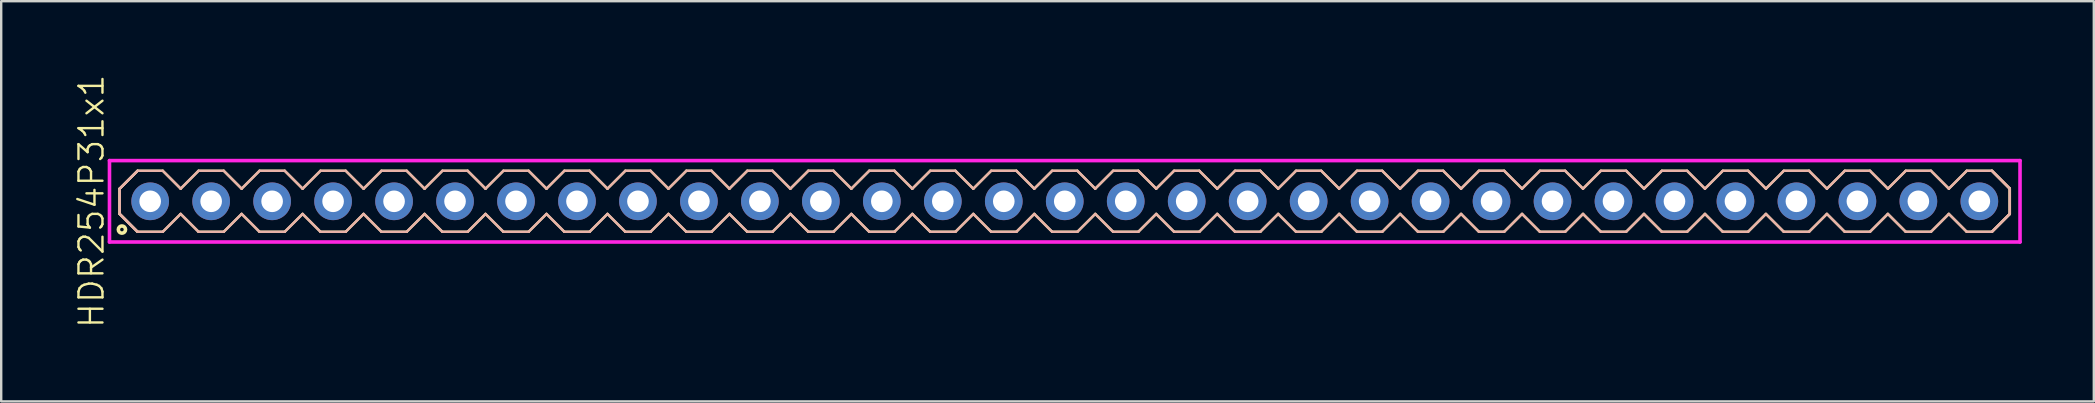
<source format=kicad_pcb>
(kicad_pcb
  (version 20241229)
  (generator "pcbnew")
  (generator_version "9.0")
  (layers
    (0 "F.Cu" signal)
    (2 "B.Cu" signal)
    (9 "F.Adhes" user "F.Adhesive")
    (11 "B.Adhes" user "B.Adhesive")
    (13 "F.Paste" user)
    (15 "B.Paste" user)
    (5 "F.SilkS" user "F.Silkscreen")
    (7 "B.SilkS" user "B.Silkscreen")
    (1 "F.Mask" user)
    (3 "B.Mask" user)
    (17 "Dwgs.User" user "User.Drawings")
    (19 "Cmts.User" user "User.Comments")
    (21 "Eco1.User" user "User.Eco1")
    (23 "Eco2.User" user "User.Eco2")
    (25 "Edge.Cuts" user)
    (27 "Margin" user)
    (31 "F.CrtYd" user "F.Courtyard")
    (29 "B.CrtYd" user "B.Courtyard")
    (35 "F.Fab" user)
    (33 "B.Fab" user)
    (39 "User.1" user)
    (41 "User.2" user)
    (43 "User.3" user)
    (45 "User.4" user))
  (footprint "HDR254P31x1"
    (layer "F.Cu")
    (at 41.306 5.336)
    (property "Reference" "HDR254P31x1" (at -40.545 0 90) (layer "F.SilkS") (effects (font (size 1 1) (thickness 0.1))))
    (attr through_hole)
    (fp_line (start -39.37 -0.526) (end -38.626 -1.27) (stroke (width 0.1) (type solid)) (layer "F.SilkS"))
    (fp_line (start -39.37 -0.526) (end -38.626 -1.27) (stroke (width 0.1) (type solid)) (layer "F.SilkS"))
    (fp_line (start -39.37 0.526) (end -39.37 -0.526) (stroke (width 0.1) (type solid)) (layer "F.SilkS"))
    (fp_line (start -39.37 0.526) (end -39.37 -0.526) (stroke (width 0.1) (type solid)) (layer "F.SilkS"))
    (fp_line (start -38.626 -1.27) (end -37.574 -1.27) (stroke (width 0.1) (type solid)) (layer "F.SilkS"))
    (fp_line (start -38.626 1.27) (end -39.37 0.526) (stroke (width 0.1) (type solid)) (layer "F.SilkS"))
    (fp_line (start -38.626 1.27) (end -39.37 0.526) (stroke (width 0.1) (type solid)) (layer "F.SilkS"))
    (fp_line (start -37.574 -1.27) (end -36.83 -0.526) (stroke (width 0.1) (type solid)) (layer "F.SilkS"))
    (fp_line (start -37.574 1.27) (end -38.626 1.27) (stroke (width 0.1) (type solid)) (layer "F.SilkS"))
    (fp_line (start -36.83 -0.526) (end -36.086 -1.27) (stroke (width 0.1) (type solid)) (layer "F.SilkS"))
    (fp_line (start -36.83 0.526) (end -37.574 1.27) (stroke (width 0.1) (type solid)) (layer "F.SilkS"))
    (fp_line (start -36.086 -1.27) (end -35.034 -1.27) (stroke (width 0.1) (type solid)) (layer "F.SilkS"))
    (fp_line (start -36.086 1.27) (end -36.83 0.526) (stroke (width 0.1) (type solid)) (layer "F.SilkS"))
    (fp_line (start -35.034 -1.27) (end -34.29 -0.526) (stroke (width 0.1) (type solid)) (layer "F.SilkS"))
    (fp_line (start -35.034 1.27) (end -36.086 1.27) (stroke (width 0.1) (type solid)) (layer "F.SilkS"))
    (fp_line (start -34.29 -0.526) (end -33.546 -1.27) (stroke (width 0.1) (type solid)) (layer "F.SilkS"))
    (fp_line (start -34.29 0.526) (end -35.034 1.27) (stroke (width 0.1) (type solid)) (layer "F.SilkS"))
    (fp_line (start -33.546 -1.27) (end -32.494 -1.27) (stroke (width 0.1) (type solid)) (layer "F.SilkS"))
    (fp_line (start -33.546 1.27) (end -34.29 0.526) (stroke (width 0.1) (type solid)) (layer "F.SilkS"))
    (fp_line (start -32.494 -1.27) (end -31.75 -0.526) (stroke (width 0.1) (type solid)) (layer "F.SilkS"))
    (fp_line (start -32.494 1.27) (end -33.546 1.27) (stroke (width 0.1) (type solid)) (layer "F.SilkS"))
    (fp_line (start -31.75 -0.526) (end -31.006 -1.27) (stroke (width 0.1) (type solid)) (layer "F.SilkS"))
    (fp_line (start -31.75 0.526) (end -32.494 1.27) (stroke (width 0.1) (type solid)) (layer "F.SilkS"))
    (fp_line (start -31.006 -1.27) (end -29.954 -1.27) (stroke (width 0.1) (type solid)) (layer "F.SilkS"))
    (fp_line (start -31.006 1.27) (end -31.75 0.526) (stroke (width 0.1) (type solid)) (layer "F.SilkS"))
    (fp_line (start -29.954 -1.27) (end -29.21 -0.526) (stroke (width 0.1) (type solid)) (layer "F.SilkS"))
    (fp_line (start -29.954 1.27) (end -31.006 1.27) (stroke (width 0.1) (type solid)) (layer "F.SilkS"))
    (fp_line (start -29.21 -0.526) (end -28.466 -1.27) (stroke (width 0.1) (type solid)) (layer "F.SilkS"))
    (fp_line (start -29.21 0.526) (end -29.954 1.27) (stroke (width 0.1) (type solid)) (layer "F.SilkS"))
    (fp_line (start -28.466 -1.27) (end -27.414 -1.27) (stroke (width 0.1) (type solid)) (layer "F.SilkS"))
    (fp_line (start -28.466 1.27) (end -29.21 0.526) (stroke (width 0.1) (type solid)) (layer "F.SilkS"))
    (fp_line (start -27.414 -1.27) (end -26.67 -0.526) (stroke (width 0.1) (type solid)) (layer "F.SilkS"))
    (fp_line (start -27.414 1.27) (end -28.466 1.27) (stroke (width 0.1) (type solid)) (layer "F.SilkS"))
    (fp_line (start -26.67 -0.526) (end -25.926 -1.27) (stroke (width 0.1) (type solid)) (layer "F.SilkS"))
    (fp_line (start -26.67 0.526) (end -27.414 1.27) (stroke (width 0.1) (type solid)) (layer "F.SilkS"))
    (fp_line (start -25.926 -1.27) (end -24.874 -1.27) (stroke (width 0.1) (type solid)) (layer "F.SilkS"))
    (fp_line (start -25.926 1.27) (end -26.67 0.526) (stroke (width 0.1) (type solid)) (layer "F.SilkS"))
    (fp_line (start -24.874 -1.27) (end -24.13 -0.526) (stroke (width 0.1) (type solid)) (layer "F.SilkS"))
    (fp_line (start -24.874 1.27) (end -25.926 1.27) (stroke (width 0.1) (type solid)) (layer "F.SilkS"))
    (fp_line (start -24.13 -0.526) (end -23.386 -1.27) (stroke (width 0.1) (type solid)) (layer "F.SilkS"))
    (fp_line (start -24.13 0.526) (end -24.874 1.27) (stroke (width 0.1) (type solid)) (layer "F.SilkS"))
    (fp_line (start -23.386 -1.27) (end -22.334 -1.27) (stroke (width 0.1) (type solid)) (layer "F.SilkS"))
    (fp_line (start -23.386 1.27) (end -24.13 0.526) (stroke (width 0.1) (type solid)) (layer "F.SilkS"))
    (fp_line (start -22.334 -1.27) (end -21.59 -0.526) (stroke (width 0.1) (type solid)) (layer "F.SilkS"))
    (fp_line (start -22.334 1.27) (end -23.386 1.27) (stroke (width 0.1) (type solid)) (layer "F.SilkS"))
    (fp_line (start -21.59 -0.526) (end -20.846 -1.27) (stroke (width 0.1) (type solid)) (layer "F.SilkS"))
    (fp_line (start -21.59 0.526) (end -22.334 1.27) (stroke (width 0.1) (type solid)) (layer "F.SilkS"))
    (fp_line (start -20.846 -1.27) (end -19.794 -1.27) (stroke (width 0.1) (type solid)) (layer "F.SilkS"))
    (fp_line (start -20.846 1.27) (end -21.59 0.526) (stroke (width 0.1) (type solid)) (layer "F.SilkS"))
    (fp_line (start -19.794 -1.27) (end -19.05 -0.526) (stroke (width 0.1) (type solid)) (layer "F.SilkS"))
    (fp_line (start -19.794 1.27) (end -20.846 1.27) (stroke (width 0.1) (type solid)) (layer "F.SilkS"))
    (fp_line (start -19.05 -0.526) (end -18.306 -1.27) (stroke (width 0.1) (type solid)) (layer "F.SilkS"))
    (fp_line (start -19.05 0.526) (end -19.794 1.27) (stroke (width 0.1) (type solid)) (layer "F.SilkS"))
    (fp_line (start -18.306 -1.27) (end -17.254 -1.27) (stroke (width 0.1) (type solid)) (layer "F.SilkS"))
    (fp_line (start -18.306 1.27) (end -19.05 0.526) (stroke (width 0.1) (type solid)) (layer "F.SilkS"))
    (fp_line (start -17.254 -1.27) (end -16.51 -0.526) (stroke (width 0.1) (type solid)) (layer "F.SilkS"))
    (fp_line (start -17.254 1.27) (end -18.306 1.27) (stroke (width 0.1) (type solid)) (layer "F.SilkS"))
    (fp_line (start -16.51 -0.526) (end -15.766 -1.27) (stroke (width 0.1) (type solid)) (layer "F.SilkS"))
    (fp_line (start -16.51 0.526) (end -17.254 1.27) (stroke (width 0.1) (type solid)) (layer "F.SilkS"))
    (fp_line (start -15.766 -1.27) (end -14.714 -1.27) (stroke (width 0.1) (type solid)) (layer "F.SilkS"))
    (fp_line (start -15.766 1.27) (end -16.51 0.526) (stroke (width 0.1) (type solid)) (layer "F.SilkS"))
    (fp_line (start -14.714 -1.27) (end -13.97 -0.526) (stroke (width 0.1) (type solid)) (layer "F.SilkS"))
    (fp_line (start -14.714 1.27) (end -15.766 1.27) (stroke (width 0.1) (type solid)) (layer "F.SilkS"))
    (fp_line (start -13.97 -0.526) (end -13.226 -1.27) (stroke (width 0.1) (type solid)) (layer "F.SilkS"))
    (fp_line (start -13.97 0.526) (end -14.714 1.27) (stroke (width 0.1) (type solid)) (layer "F.SilkS"))
    (fp_line (start -13.226 -1.27) (end -12.174 -1.27) (stroke (width 0.1) (type solid)) (layer "F.SilkS"))
    (fp_line (start -13.226 1.27) (end -13.97 0.526) (stroke (width 0.1) (type solid)) (layer "F.SilkS"))
    (fp_line (start -12.174 -1.27) (end -11.43 -0.526) (stroke (width 0.1) (type solid)) (layer "F.SilkS"))
    (fp_line (start -12.174 1.27) (end -13.226 1.27) (stroke (width 0.1) (type solid)) (layer "F.SilkS"))
    (fp_line (start -11.43 -0.526) (end -10.686 -1.27) (stroke (width 0.1) (type solid)) (layer "F.SilkS"))
    (fp_line (start -11.43 0.526) (end -12.174 1.27) (stroke (width 0.1) (type solid)) (layer "F.SilkS"))
    (fp_line (start -10.686 -1.27) (end -9.634 -1.27) (stroke (width 0.1) (type solid)) (layer "F.SilkS"))
    (fp_line (start -10.686 1.27) (end -11.43 0.526) (stroke (width 0.1) (type solid)) (layer "F.SilkS"))
    (fp_line (start -9.634 -1.27) (end -8.89 -0.526) (stroke (width 0.1) (type solid)) (layer "F.SilkS"))
    (fp_line (start -9.634 1.27) (end -10.686 1.27) (stroke (width 0.1) (type solid)) (layer "F.SilkS"))
    (fp_line (start -8.89 -0.526) (end -8.146 -1.27) (stroke (width 0.1) (type solid)) (layer "F.SilkS"))
    (fp_line (start -8.89 0.526) (end -9.634 1.27) (stroke (width 0.1) (type solid)) (layer "F.SilkS"))
    (fp_line (start -8.146 -1.27) (end -7.094 -1.27) (stroke (width 0.1) (type solid)) (layer "F.SilkS"))
    (fp_line (start -8.146 1.27) (end -8.89 0.526) (stroke (width 0.1) (type solid)) (layer "F.SilkS"))
    (fp_line (start -7.094 -1.27) (end -6.35 -0.526) (stroke (width 0.1) (type solid)) (layer "F.SilkS"))
    (fp_line (start -7.094 1.27) (end -8.146 1.27) (stroke (width 0.1) (type solid)) (layer "F.SilkS"))
    (fp_line (start -6.35 -0.526) (end -5.606 -1.27) (stroke (width 0.1) (type solid)) (layer "F.SilkS"))
    (fp_line (start -6.35 0.526) (end -7.094 1.27) (stroke (width 0.1) (type solid)) (layer "F.SilkS"))
    (fp_line (start -5.606 -1.27) (end -4.554 -1.27) (stroke (width 0.1) (type solid)) (layer "F.SilkS"))
    (fp_line (start -5.606 1.27) (end -6.35 0.526) (stroke (width 0.1) (type solid)) (layer "F.SilkS"))
    (fp_line (start -4.554 -1.27) (end -3.81 -0.526) (stroke (width 0.1) (type solid)) (layer "F.SilkS"))
    (fp_line (start -4.554 1.27) (end -5.606 1.27) (stroke (width 0.1) (type solid)) (layer "F.SilkS"))
    (fp_line (start -3.81 -0.526) (end -3.066 -1.27) (stroke (width 0.1) (type solid)) (layer "F.SilkS"))
    (fp_line (start -3.81 0.526) (end -4.554 1.27) (stroke (width 0.1) (type solid)) (layer "F.SilkS"))
    (fp_line (start -3.066 -1.27) (end -2.014 -1.27) (stroke (width 0.1) (type solid)) (layer "F.SilkS"))
    (fp_line (start -3.066 1.27) (end -3.81 0.526) (stroke (width 0.1) (type solid)) (layer "F.SilkS"))
    (fp_line (start -2.014 -1.27) (end -1.27 -0.526) (stroke (width 0.1) (type solid)) (layer "F.SilkS"))
    (fp_line (start -2.014 1.27) (end -3.066 1.27) (stroke (width 0.1) (type solid)) (layer "F.SilkS"))
    (fp_line (start -1.27 -0.526) (end -0.526 -1.27) (stroke (width 0.1) (type solid)) (layer "F.SilkS"))
    (fp_line (start -1.27 0.526) (end -2.014 1.27) (stroke (width 0.1) (type solid)) (layer "F.SilkS"))
    (fp_line (start -0.526 -1.27) (end 0.526 -1.27) (stroke (width 0.1) (type solid)) (layer "F.SilkS"))
    (fp_line (start -0.526 1.27) (end -1.27 0.526) (stroke (width 0.1) (type solid)) (layer "F.SilkS"))
    (fp_line (start 0.526 -1.27) (end 1.27 -0.526) (stroke (width 0.1) (type solid)) (layer "F.SilkS"))
    (fp_line (start 0.526 1.27) (end -0.526 1.27) (stroke (width 0.1) (type solid)) (layer "F.SilkS"))
    (fp_line (start 1.27 -0.526) (end 2.014 -1.27) (stroke (width 0.1) (type solid)) (layer "F.SilkS"))
    (fp_line (start 1.27 0.526) (end 0.526 1.27) (stroke (width 0.1) (type solid)) (layer "F.SilkS"))
    (fp_line (start 2.014 -1.27) (end 3.066 -1.27) (stroke (width 0.1) (type solid)) (layer "F.SilkS"))
    (fp_line (start 2.014 1.27) (end 1.27 0.526) (stroke (width 0.1) (type solid)) (layer "F.SilkS"))
    (fp_line (start 3.066 -1.27) (end 3.81 -0.526) (stroke (width 0.1) (type solid)) (layer "F.SilkS"))
    (fp_line (start 3.066 1.27) (end 2.014 1.27) (stroke (width 0.1) (type solid)) (layer "F.SilkS"))
    (fp_line (start 3.81 -0.526) (end 4.554 -1.27) (stroke (width 0.1) (type solid)) (layer "F.SilkS"))
    (fp_line (start 3.81 0.526) (end 3.066 1.27) (stroke (width 0.1) (type solid)) (layer "F.SilkS"))
    (fp_line (start 4.554 -1.27) (end 5.606 -1.27) (stroke (width 0.1) (type solid)) (layer "F.SilkS"))
    (fp_line (start 4.554 1.27) (end 3.81 0.526) (stroke (width 0.1) (type solid)) (layer "F.SilkS"))
    (fp_line (start 5.606 -1.27) (end 6.35 -0.526) (stroke (width 0.1) (type solid)) (layer "F.SilkS"))
    (fp_line (start 5.606 1.27) (end 4.554 1.27) (stroke (width 0.1) (type solid)) (layer "F.SilkS"))
    (fp_line (start 6.35 -0.526) (end 7.094 -1.27) (stroke (width 0.1) (type solid)) (layer "F.SilkS"))
    (fp_line (start 6.35 0.526) (end 5.606 1.27) (stroke (width 0.1) (type solid)) (layer "F.SilkS"))
    (fp_line (start 7.094 -1.27) (end 8.146 -1.27) (stroke (width 0.1) (type solid)) (layer "F.SilkS"))
    (fp_line (start 7.094 1.27) (end 6.35 0.526) (stroke (width 0.1) (type solid)) (layer "F.SilkS"))
    (fp_line (start 8.146 -1.27) (end 8.89 -0.526) (stroke (width 0.1) (type solid)) (layer "F.SilkS"))
    (fp_line (start 8.146 1.27) (end 7.094 1.27) (stroke (width 0.1) (type solid)) (layer "F.SilkS"))
    (fp_line (start 8.89 -0.526) (end 9.634 -1.27) (stroke (width 0.1) (type solid)) (layer "F.SilkS"))
    (fp_line (start 8.89 0.526) (end 8.146 1.27) (stroke (width 0.1) (type solid)) (layer "F.SilkS"))
    (fp_line (start 9.634 -1.27) (end 10.686 -1.27) (stroke (width 0.1) (type solid)) (layer "F.SilkS"))
    (fp_line (start 9.634 1.27) (end 8.89 0.526) (stroke (width 0.1) (type solid)) (layer "F.SilkS"))
    (fp_line (start 10.686 -1.27) (end 11.43 -0.526) (stroke (width 0.1) (type solid)) (layer "F.SilkS"))
    (fp_line (start 10.686 1.27) (end 9.634 1.27) (stroke (width 0.1) (type solid)) (layer "F.SilkS"))
    (fp_line (start 11.43 -0.526) (end 12.174 -1.27) (stroke (width 0.1) (type solid)) (layer "F.SilkS"))
    (fp_line (start 11.43 0.526) (end 10.686 1.27) (stroke (width 0.1) (type solid)) (layer "F.SilkS"))
    (fp_line (start 12.174 -1.27) (end 13.226 -1.27) (stroke (width 0.1) (type solid)) (layer "F.SilkS"))
    (fp_line (start 12.174 1.27) (end 11.43 0.526) (stroke (width 0.1) (type solid)) (layer "F.SilkS"))
    (fp_line (start 13.226 -1.27) (end 13.97 -0.526) (stroke (width 0.1) (type solid)) (layer "F.SilkS"))
    (fp_line (start 13.226 1.27) (end 12.174 1.27) (stroke (width 0.1) (type solid)) (layer "F.SilkS"))
    (fp_line (start 13.97 -0.526) (end 14.714 -1.27) (stroke (width 0.1) (type solid)) (layer "F.SilkS"))
    (fp_line (start 13.97 0.526) (end 13.226 1.27) (stroke (width 0.1) (type solid)) (layer "F.SilkS"))
    (fp_line (start 14.714 -1.27) (end 15.766 -1.27) (stroke (width 0.1) (type solid)) (layer "F.SilkS"))
    (fp_line (start 14.714 1.27) (end 13.97 0.526) (stroke (width 0.1) (type solid)) (layer "F.SilkS"))
    (fp_line (start 15.766 -1.27) (end 16.51 -0.526) (stroke (width 0.1) (type solid)) (layer "F.SilkS"))
    (fp_line (start 15.766 1.27) (end 14.714 1.27) (stroke (width 0.1) (type solid)) (layer "F.SilkS"))
    (fp_line (start 16.51 -0.526) (end 17.254 -1.27) (stroke (width 0.1) (type solid)) (layer "F.SilkS"))
    (fp_line (start 16.51 0.526) (end 15.766 1.27) (stroke (width 0.1) (type solid)) (layer "F.SilkS"))
    (fp_line (start 17.254 -1.27) (end 18.306 -1.27) (stroke (width 0.1) (type solid)) (layer "F.SilkS"))
    (fp_line (start 17.254 1.27) (end 16.51 0.526) (stroke (width 0.1) (type solid)) (layer "F.SilkS"))
    (fp_line (start 18.306 -1.27) (end 19.05 -0.526) (stroke (width 0.1) (type solid)) (layer "F.SilkS"))
    (fp_line (start 18.306 1.27) (end 17.254 1.27) (stroke (width 0.1) (type solid)) (layer "F.SilkS"))
    (fp_line (start 19.05 -0.526) (end 19.794 -1.27) (stroke (width 0.1) (type solid)) (layer "F.SilkS"))
    (fp_line (start 19.05 0.526) (end 18.306 1.27) (stroke (width 0.1) (type solid)) (layer "F.SilkS"))
    (fp_line (start 19.794 -1.27) (end 20.846 -1.27) (stroke (width 0.1) (type solid)) (layer "F.SilkS"))
    (fp_line (start 19.794 1.27) (end 19.05 0.526) (stroke (width 0.1) (type solid)) (layer "F.SilkS"))
    (fp_line (start 20.846 -1.27) (end 21.59 -0.526) (stroke (width 0.1) (type solid)) (layer "F.SilkS"))
    (fp_line (start 20.846 1.27) (end 19.794 1.27) (stroke (width 0.1) (type solid)) (layer "F.SilkS"))
    (fp_line (start 21.59 -0.526) (end 22.334 -1.27) (stroke (width 0.1) (type solid)) (layer "F.SilkS"))
    (fp_line (start 21.59 0.526) (end 20.846 1.27) (stroke (width 0.1) (type solid)) (layer "F.SilkS"))
    (fp_line (start 22.334 -1.27) (end 23.386 -1.27) (stroke (width 0.1) (type solid)) (layer "F.SilkS"))
    (fp_line (start 22.334 1.27) (end 21.59 0.526) (stroke (width 0.1) (type solid)) (layer "F.SilkS"))
    (fp_line (start 23.386 -1.27) (end 24.13 -0.526) (stroke (width 0.1) (type solid)) (layer "F.SilkS"))
    (fp_line (start 23.386 1.27) (end 22.334 1.27) (stroke (width 0.1) (type solid)) (layer "F.SilkS"))
    (fp_line (start 24.13 -0.526) (end 24.874 -1.27) (stroke (width 0.1) (type solid)) (layer "F.SilkS"))
    (fp_line (start 24.13 0.526) (end 23.386 1.27) (stroke (width 0.1) (type solid)) (layer "F.SilkS"))
    (fp_line (start 24.874 -1.27) (end 25.926 -1.27) (stroke (width 0.1) (type solid)) (layer "F.SilkS"))
    (fp_line (start 24.874 1.27) (end 24.13 0.526) (stroke (width 0.1) (type solid)) (layer "F.SilkS"))
    (fp_line (start 25.926 -1.27) (end 26.67 -0.526) (stroke (width 0.1) (type solid)) (layer "F.SilkS"))
    (fp_line (start 25.926 1.27) (end 24.874 1.27) (stroke (width 0.1) (type solid)) (layer "F.SilkS"))
    (fp_line (start 26.67 -0.526) (end 27.414 -1.27) (stroke (width 0.1) (type solid)) (layer "F.SilkS"))
    (fp_line (start 26.67 0.526) (end 25.926 1.27) (stroke (width 0.1) (type solid)) (layer "F.SilkS"))
    (fp_line (start 27.414 -1.27) (end 28.466 -1.27) (stroke (width 0.1) (type solid)) (layer "F.SilkS"))
    (fp_line (start 27.414 1.27) (end 26.67 0.526) (stroke (width 0.1) (type solid)) (layer "F.SilkS"))
    (fp_line (start 28.466 -1.27) (end 29.21 -0.526) (stroke (width 0.1) (type solid)) (layer "F.SilkS"))
    (fp_line (start 28.466 1.27) (end 27.414 1.27) (stroke (width 0.1) (type solid)) (layer "F.SilkS"))
    (fp_line (start 29.21 -0.526) (end 29.954 -1.27) (stroke (width 0.1) (type solid)) (layer "F.SilkS"))
    (fp_line (start 29.21 0.526) (end 28.466 1.27) (stroke (width 0.1) (type solid)) (layer "F.SilkS"))
    (fp_line (start 29.954 -1.27) (end 31.006 -1.27) (stroke (width 0.1) (type solid)) (layer "F.SilkS"))
    (fp_line (start 29.954 1.27) (end 29.21 0.526) (stroke (width 0.1) (type solid)) (layer "F.SilkS"))
    (fp_line (start 31.006 -1.27) (end 31.75 -0.526) (stroke (width 0.1) (type solid)) (layer "F.SilkS"))
    (fp_line (start 31.006 1.27) (end 29.954 1.27) (stroke (width 0.1) (type solid)) (layer "F.SilkS"))
    (fp_line (start 31.75 -0.526) (end 32.494 -1.27) (stroke (width 0.1) (type solid)) (layer "F.SilkS"))
    (fp_line (start 31.75 0.526) (end 31.006 1.27) (stroke (width 0.1) (type solid)) (layer "F.SilkS"))
    (fp_line (start 32.494 -1.27) (end 33.546 -1.27) (stroke (width 0.1) (type solid)) (layer "F.SilkS"))
    (fp_line (start 32.494 1.27) (end 31.75 0.526) (stroke (width 0.1) (type solid)) (layer "F.SilkS"))
    (fp_line (start 33.546 -1.27) (end 34.29 -0.526) (stroke (width 0.1) (type solid)) (layer "F.SilkS"))
    (fp_line (start 33.546 1.27) (end 32.494 1.27) (stroke (width 0.1) (type solid)) (layer "F.SilkS"))
    (fp_line (start 34.29 -0.526) (end 35.034 -1.27) (stroke (width 0.1) (type solid)) (layer "F.SilkS"))
    (fp_line (start 34.29 0.526) (end 33.546 1.27) (stroke (width 0.1) (type solid)) (layer "F.SilkS"))
    (fp_line (start 35.034 -1.27) (end 36.086 -1.27) (stroke (width 0.1) (type solid)) (layer "F.SilkS"))
    (fp_line (start 35.034 1.27) (end 34.29 0.526) (stroke (width 0.1) (type solid)) (layer "F.SilkS"))
    (fp_line (start 36.086 -1.27) (end 36.83 -0.526) (stroke (width 0.1) (type solid)) (layer "F.SilkS"))
    (fp_line (start 36.086 1.27) (end 35.034 1.27) (stroke (width 0.1) (type solid)) (layer "F.SilkS"))
    (fp_line (start 36.83 -0.526) (end 37.574 -1.27) (stroke (width 0.1) (type solid)) (layer "F.SilkS"))
    (fp_line (start 36.83 0.526) (end 36.086 1.27) (stroke (width 0.1) (type solid)) (layer "F.SilkS"))
    (fp_line (start 37.574 -1.27) (end 38.626 -1.27) (stroke (width 0.1) (type solid)) (layer "F.SilkS"))
    (fp_line (start 37.574 1.27) (end 36.83 0.526) (stroke (width 0.1) (type solid)) (layer "F.SilkS"))
    (fp_line (start 38.626 -1.27) (end 39.37 -0.526) (stroke (width 0.1) (type solid)) (layer "F.SilkS"))
    (fp_line (start 38.626 -1.27) (end 39.37 -0.526) (stroke (width 0.1) (type solid)) (layer "F.SilkS"))
    (fp_line (start 38.626 1.27) (end 37.574 1.27) (stroke (width 0.1) (type solid)) (layer "F.SilkS"))
    (fp_line (start 39.37 -0.526) (end 39.37 0.526) (stroke (width 0.1) (type solid)) (layer "F.SilkS"))
    (fp_line (start 39.37 -0.526) (end 39.37 0.526) (stroke (width 0.1) (type solid)) (layer "F.SilkS"))
    (fp_line (start 39.37 0.526) (end 38.626 1.27) (stroke (width 0.1) (type solid)) (layer "F.SilkS"))
    (fp_line (start 39.37 0.526) (end 38.626 1.27) (stroke (width 0.1) (type solid)) (layer "F.SilkS"))
    (fp_circle (center -39.277 1.177) (end -39.127 1.177) (stroke (width 0.15) (type solid)) (fill no) (layer "F.SilkS"))
    (fp_line (start -39.37 -0.526) (end -38.626 -1.27) (stroke (width 0.1) (type solid)) (layer "B.SilkS"))
    (fp_line (start -39.37 -0.526) (end -38.626 -1.27) (stroke (width 0.1) (type solid)) (layer "B.SilkS"))
    (fp_line (start -39.37 0.526) (end -39.37 -0.526) (stroke (width 0.1) (type solid)) (layer "B.SilkS"))
    (fp_line (start -39.37 0.526) (end -39.37 -0.526) (stroke (width 0.1) (type solid)) (layer "B.SilkS"))
    (fp_line (start -38.626 -1.27) (end -37.574 -1.27) (stroke (width 0.1) (type solid)) (layer "B.SilkS"))
    (fp_line (start -38.626 1.27) (end -39.37 0.526) (stroke (width 0.1) (type solid)) (layer "B.SilkS"))
    (fp_line (start -38.626 1.27) (end -39.37 0.526) (stroke (width 0.1) (type solid)) (layer "B.SilkS"))
    (fp_line (start -37.574 -1.27) (end -36.83 -0.526) (stroke (width 0.1) (type solid)) (layer "B.SilkS"))
    (fp_line (start -37.574 1.27) (end -38.626 1.27) (stroke (width 0.1) (type solid)) (layer "B.SilkS"))
    (fp_line (start -36.83 -0.526) (end -36.086 -1.27) (stroke (width 0.1) (type solid)) (layer "B.SilkS"))
    (fp_line (start -36.83 0.526) (end -37.574 1.27) (stroke (width 0.1) (type solid)) (layer "B.SilkS"))
    (fp_line (start -36.086 -1.27) (end -35.034 -1.27) (stroke (width 0.1) (type solid)) (layer "B.SilkS"))
    (fp_line (start -36.086 1.27) (end -36.83 0.526) (stroke (width 0.1) (type solid)) (layer "B.SilkS"))
    (fp_line (start -35.034 -1.27) (end -34.29 -0.526) (stroke (width 0.1) (type solid)) (layer "B.SilkS"))
    (fp_line (start -35.034 1.27) (end -36.086 1.27) (stroke (width 0.1) (type solid)) (layer "B.SilkS"))
    (fp_line (start -34.29 -0.526) (end -33.546 -1.27) (stroke (width 0.1) (type solid)) (layer "B.SilkS"))
    (fp_line (start -34.29 0.526) (end -35.034 1.27) (stroke (width 0.1) (type solid)) (layer "B.SilkS"))
    (fp_line (start -33.546 -1.27) (end -32.494 -1.27) (stroke (width 0.1) (type solid)) (layer "B.SilkS"))
    (fp_line (start -33.546 1.27) (end -34.29 0.526) (stroke (width 0.1) (type solid)) (layer "B.SilkS"))
    (fp_line (start -32.494 -1.27) (end -31.75 -0.526) (stroke (width 0.1) (type solid)) (layer "B.SilkS"))
    (fp_line (start -32.494 1.27) (end -33.546 1.27) (stroke (width 0.1) (type solid)) (layer "B.SilkS"))
    (fp_line (start -31.75 -0.526) (end -31.006 -1.27) (stroke (width 0.1) (type solid)) (layer "B.SilkS"))
    (fp_line (start -31.75 0.526) (end -32.494 1.27) (stroke (width 0.1) (type solid)) (layer "B.SilkS"))
    (fp_line (start -31.006 -1.27) (end -29.954 -1.27) (stroke (width 0.1) (type solid)) (layer "B.SilkS"))
    (fp_line (start -31.006 1.27) (end -31.75 0.526) (stroke (width 0.1) (type solid)) (layer "B.SilkS"))
    (fp_line (start -29.954 -1.27) (end -29.21 -0.526) (stroke (width 0.1) (type solid)) (layer "B.SilkS"))
    (fp_line (start -29.954 1.27) (end -31.006 1.27) (stroke (width 0.1) (type solid)) (layer "B.SilkS"))
    (fp_line (start -29.21 -0.526) (end -28.466 -1.27) (stroke (width 0.1) (type solid)) (layer "B.SilkS"))
    (fp_line (start -29.21 0.526) (end -29.954 1.27) (stroke (width 0.1) (type solid)) (layer "B.SilkS"))
    (fp_line (start -28.466 -1.27) (end -27.414 -1.27) (stroke (width 0.1) (type solid)) (layer "B.SilkS"))
    (fp_line (start -28.466 1.27) (end -29.21 0.526) (stroke (width 0.1) (type solid)) (layer "B.SilkS"))
    (fp_line (start -27.414 -1.27) (end -26.67 -0.526) (stroke (width 0.1) (type solid)) (layer "B.SilkS"))
    (fp_line (start -27.414 1.27) (end -28.466 1.27) (stroke (width 0.1) (type solid)) (layer "B.SilkS"))
    (fp_line (start -26.67 -0.526) (end -25.926 -1.27) (stroke (width 0.1) (type solid)) (layer "B.SilkS"))
    (fp_line (start -26.67 0.526) (end -27.414 1.27) (stroke (width 0.1) (type solid)) (layer "B.SilkS"))
    (fp_line (start -25.926 -1.27) (end -24.874 -1.27) (stroke (width 0.1) (type solid)) (layer "B.SilkS"))
    (fp_line (start -25.926 1.27) (end -26.67 0.526) (stroke (width 0.1) (type solid)) (layer "B.SilkS"))
    (fp_line (start -24.874 -1.27) (end -24.13 -0.526) (stroke (width 0.1) (type solid)) (layer "B.SilkS"))
    (fp_line (start -24.874 1.27) (end -25.926 1.27) (stroke (width 0.1) (type solid)) (layer "B.SilkS"))
    (fp_line (start -24.13 -0.526) (end -23.386 -1.27) (stroke (width 0.1) (type solid)) (layer "B.SilkS"))
    (fp_line (start -24.13 0.526) (end -24.874 1.27) (stroke (width 0.1) (type solid)) (layer "B.SilkS"))
    (fp_line (start -23.386 -1.27) (end -22.334 -1.27) (stroke (width 0.1) (type solid)) (layer "B.SilkS"))
    (fp_line (start -23.386 1.27) (end -24.13 0.526) (stroke (width 0.1) (type solid)) (layer "B.SilkS"))
    (fp_line (start -22.334 -1.27) (end -21.59 -0.526) (stroke (width 0.1) (type solid)) (layer "B.SilkS"))
    (fp_line (start -22.334 1.27) (end -23.386 1.27) (stroke (width 0.1) (type solid)) (layer "B.SilkS"))
    (fp_line (start -21.59 -0.526) (end -20.846 -1.27) (stroke (width 0.1) (type solid)) (layer "B.SilkS"))
    (fp_line (start -21.59 0.526) (end -22.334 1.27) (stroke (width 0.1) (type solid)) (layer "B.SilkS"))
    (fp_line (start -20.846 -1.27) (end -19.794 -1.27) (stroke (width 0.1) (type solid)) (layer "B.SilkS"))
    (fp_line (start -20.846 1.27) (end -21.59 0.526) (stroke (width 0.1) (type solid)) (layer "B.SilkS"))
    (fp_line (start -19.794 -1.27) (end -19.05 -0.526) (stroke (width 0.1) (type solid)) (layer "B.SilkS"))
    (fp_line (start -19.794 1.27) (end -20.846 1.27) (stroke (width 0.1) (type solid)) (layer "B.SilkS"))
    (fp_line (start -19.05 -0.526) (end -18.306 -1.27) (stroke (width 0.1) (type solid)) (layer "B.SilkS"))
    (fp_line (start -19.05 0.526) (end -19.794 1.27) (stroke (width 0.1) (type solid)) (layer "B.SilkS"))
    (fp_line (start -18.306 -1.27) (end -17.254 -1.27) (stroke (width 0.1) (type solid)) (layer "B.SilkS"))
    (fp_line (start -18.306 1.27) (end -19.05 0.526) (stroke (width 0.1) (type solid)) (layer "B.SilkS"))
    (fp_line (start -17.254 -1.27) (end -16.51 -0.526) (stroke (width 0.1) (type solid)) (layer "B.SilkS"))
    (fp_line (start -17.254 1.27) (end -18.306 1.27) (stroke (width 0.1) (type solid)) (layer "B.SilkS"))
    (fp_line (start -16.51 -0.526) (end -15.766 -1.27) (stroke (width 0.1) (type solid)) (layer "B.SilkS"))
    (fp_line (start -16.51 0.526) (end -17.254 1.27) (stroke (width 0.1) (type solid)) (layer "B.SilkS"))
    (fp_line (start -15.766 -1.27) (end -14.714 -1.27) (stroke (width 0.1) (type solid)) (layer "B.SilkS"))
    (fp_line (start -15.766 1.27) (end -16.51 0.526) (stroke (width 0.1) (type solid)) (layer "B.SilkS"))
    (fp_line (start -14.714 -1.27) (end -13.97 -0.526) (stroke (width 0.1) (type solid)) (layer "B.SilkS"))
    (fp_line (start -14.714 1.27) (end -15.766 1.27) (stroke (width 0.1) (type solid)) (layer "B.SilkS"))
    (fp_line (start -13.97 -0.526) (end -13.226 -1.27) (stroke (width 0.1) (type solid)) (layer "B.SilkS"))
    (fp_line (start -13.97 0.526) (end -14.714 1.27) (stroke (width 0.1) (type solid)) (layer "B.SilkS"))
    (fp_line (start -13.226 -1.27) (end -12.174 -1.27) (stroke (width 0.1) (type solid)) (layer "B.SilkS"))
    (fp_line (start -13.226 1.27) (end -13.97 0.526) (stroke (width 0.1) (type solid)) (layer "B.SilkS"))
    (fp_line (start -12.174 -1.27) (end -11.43 -0.526) (stroke (width 0.1) (type solid)) (layer "B.SilkS"))
    (fp_line (start -12.174 1.27) (end -13.226 1.27) (stroke (width 0.1) (type solid)) (layer "B.SilkS"))
    (fp_line (start -11.43 -0.526) (end -10.686 -1.27) (stroke (width 0.1) (type solid)) (layer "B.SilkS"))
    (fp_line (start -11.43 0.526) (end -12.174 1.27) (stroke (width 0.1) (type solid)) (layer "B.SilkS"))
    (fp_line (start -10.686 -1.27) (end -9.634 -1.27) (stroke (width 0.1) (type solid)) (layer "B.SilkS"))
    (fp_line (start -10.686 1.27) (end -11.43 0.526) (stroke (width 0.1) (type solid)) (layer "B.SilkS"))
    (fp_line (start -9.634 -1.27) (end -8.89 -0.526) (stroke (width 0.1) (type solid)) (layer "B.SilkS"))
    (fp_line (start -9.634 1.27) (end -10.686 1.27) (stroke (width 0.1) (type solid)) (layer "B.SilkS"))
    (fp_line (start -8.89 -0.526) (end -8.146 -1.27) (stroke (width 0.1) (type solid)) (layer "B.SilkS"))
    (fp_line (start -8.89 0.526) (end -9.634 1.27) (stroke (width 0.1) (type solid)) (layer "B.SilkS"))
    (fp_line (start -8.146 -1.27) (end -7.094 -1.27) (stroke (width 0.1) (type solid)) (layer "B.SilkS"))
    (fp_line (start -8.146 1.27) (end -8.89 0.526) (stroke (width 0.1) (type solid)) (layer "B.SilkS"))
    (fp_line (start -7.094 -1.27) (end -6.35 -0.526) (stroke (width 0.1) (type solid)) (layer "B.SilkS"))
    (fp_line (start -7.094 1.27) (end -8.146 1.27) (stroke (width 0.1) (type solid)) (layer "B.SilkS"))
    (fp_line (start -6.35 -0.526) (end -5.606 -1.27) (stroke (width 0.1) (type solid)) (layer "B.SilkS"))
    (fp_line (start -6.35 0.526) (end -7.094 1.27) (stroke (width 0.1) (type solid)) (layer "B.SilkS"))
    (fp_line (start -5.606 -1.27) (end -4.554 -1.27) (stroke (width 0.1) (type solid)) (layer "B.SilkS"))
    (fp_line (start -5.606 1.27) (end -6.35 0.526) (stroke (width 0.1) (type solid)) (layer "B.SilkS"))
    (fp_line (start -4.554 -1.27) (end -3.81 -0.526) (stroke (width 0.1) (type solid)) (layer "B.SilkS"))
    (fp_line (start -4.554 1.27) (end -5.606 1.27) (stroke (width 0.1) (type solid)) (layer "B.SilkS"))
    (fp_line (start -3.81 -0.526) (end -3.066 -1.27) (stroke (width 0.1) (type solid)) (layer "B.SilkS"))
    (fp_line (start -3.81 0.526) (end -4.554 1.27) (stroke (width 0.1) (type solid)) (layer "B.SilkS"))
    (fp_line (start -3.066 -1.27) (end -2.014 -1.27) (stroke (width 0.1) (type solid)) (layer "B.SilkS"))
    (fp_line (start -3.066 1.27) (end -3.81 0.526) (stroke (width 0.1) (type solid)) (layer "B.SilkS"))
    (fp_line (start -2.014 -1.27) (end -1.27 -0.526) (stroke (width 0.1) (type solid)) (layer "B.SilkS"))
    (fp_line (start -2.014 1.27) (end -3.066 1.27) (stroke (width 0.1) (type solid)) (layer "B.SilkS"))
    (fp_line (start -1.27 -0.526) (end -0.526 -1.27) (stroke (width 0.1) (type solid)) (layer "B.SilkS"))
    (fp_line (start -1.27 0.526) (end -2.014 1.27) (stroke (width 0.1) (type solid)) (layer "B.SilkS"))
    (fp_line (start -0.526 -1.27) (end 0.526 -1.27) (stroke (width 0.1) (type solid)) (layer "B.SilkS"))
    (fp_line (start -0.526 1.27) (end -1.27 0.526) (stroke (width 0.1) (type solid)) (layer "B.SilkS"))
    (fp_line (start 0.526 -1.27) (end 1.27 -0.526) (stroke (width 0.1) (type solid)) (layer "B.SilkS"))
    (fp_line (start 0.526 1.27) (end -0.526 1.27) (stroke (width 0.1) (type solid)) (layer "B.SilkS"))
    (fp_line (start 1.27 -0.526) (end 2.014 -1.27) (stroke (width 0.1) (type solid)) (layer "B.SilkS"))
    (fp_line (start 1.27 0.526) (end 0.526 1.27) (stroke (width 0.1) (type solid)) (layer "B.SilkS"))
    (fp_line (start 2.014 -1.27) (end 3.066 -1.27) (stroke (width 0.1) (type solid)) (layer "B.SilkS"))
    (fp_line (start 2.014 1.27) (end 1.27 0.526) (stroke (width 0.1) (type solid)) (layer "B.SilkS"))
    (fp_line (start 3.066 -1.27) (end 3.81 -0.526) (stroke (width 0.1) (type solid)) (layer "B.SilkS"))
    (fp_line (start 3.066 1.27) (end 2.014 1.27) (stroke (width 0.1) (type solid)) (layer "B.SilkS"))
    (fp_line (start 3.81 -0.526) (end 4.554 -1.27) (stroke (width 0.1) (type solid)) (layer "B.SilkS"))
    (fp_line (start 3.81 0.526) (end 3.066 1.27) (stroke (width 0.1) (type solid)) (layer "B.SilkS"))
    (fp_line (start 4.554 -1.27) (end 5.606 -1.27) (stroke (width 0.1) (type solid)) (layer "B.SilkS"))
    (fp_line (start 4.554 1.27) (end 3.81 0.526) (stroke (width 0.1) (type solid)) (layer "B.SilkS"))
    (fp_line (start 5.606 -1.27) (end 6.35 -0.526) (stroke (width 0.1) (type solid)) (layer "B.SilkS"))
    (fp_line (start 5.606 1.27) (end 4.554 1.27) (stroke (width 0.1) (type solid)) (layer "B.SilkS"))
    (fp_line (start 6.35 -0.526) (end 7.094 -1.27) (stroke (width 0.1) (type solid)) (layer "B.SilkS"))
    (fp_line (start 6.35 0.526) (end 5.606 1.27) (stroke (width 0.1) (type solid)) (layer "B.SilkS"))
    (fp_line (start 7.094 -1.27) (end 8.146 -1.27) (stroke (width 0.1) (type solid)) (layer "B.SilkS"))
    (fp_line (start 7.094 1.27) (end 6.35 0.526) (stroke (width 0.1) (type solid)) (layer "B.SilkS"))
    (fp_line (start 8.146 -1.27) (end 8.89 -0.526) (stroke (width 0.1) (type solid)) (layer "B.SilkS"))
    (fp_line (start 8.146 1.27) (end 7.094 1.27) (stroke (width 0.1) (type solid)) (layer "B.SilkS"))
    (fp_line (start 8.89 -0.526) (end 9.634 -1.27) (stroke (width 0.1) (type solid)) (layer "B.SilkS"))
    (fp_line (start 8.89 0.526) (end 8.146 1.27) (stroke (width 0.1) (type solid)) (layer "B.SilkS"))
    (fp_line (start 9.634 -1.27) (end 10.686 -1.27) (stroke (width 0.1) (type solid)) (layer "B.SilkS"))
    (fp_line (start 9.634 1.27) (end 8.89 0.526) (stroke (width 0.1) (type solid)) (layer "B.SilkS"))
    (fp_line (start 10.686 -1.27) (end 11.43 -0.526) (stroke (width 0.1) (type solid)) (layer "B.SilkS"))
    (fp_line (start 10.686 1.27) (end 9.634 1.27) (stroke (width 0.1) (type solid)) (layer "B.SilkS"))
    (fp_line (start 11.43 -0.526) (end 12.174 -1.27) (stroke (width 0.1) (type solid)) (layer "B.SilkS"))
    (fp_line (start 11.43 0.526) (end 10.686 1.27) (stroke (width 0.1) (type solid)) (layer "B.SilkS"))
    (fp_line (start 12.174 -1.27) (end 13.226 -1.27) (stroke (width 0.1) (type solid)) (layer "B.SilkS"))
    (fp_line (start 12.174 1.27) (end 11.43 0.526) (stroke (width 0.1) (type solid)) (layer "B.SilkS"))
    (fp_line (start 13.226 -1.27) (end 13.97 -0.526) (stroke (width 0.1) (type solid)) (layer "B.SilkS"))
    (fp_line (start 13.226 1.27) (end 12.174 1.27) (stroke (width 0.1) (type solid)) (layer "B.SilkS"))
    (fp_line (start 13.97 -0.526) (end 14.714 -1.27) (stroke (width 0.1) (type solid)) (layer "B.SilkS"))
    (fp_line (start 13.97 0.526) (end 13.226 1.27) (stroke (width 0.1) (type solid)) (layer "B.SilkS"))
    (fp_line (start 14.714 -1.27) (end 15.766 -1.27) (stroke (width 0.1) (type solid)) (layer "B.SilkS"))
    (fp_line (start 14.714 1.27) (end 13.97 0.526) (stroke (width 0.1) (type solid)) (layer "B.SilkS"))
    (fp_line (start 15.766 -1.27) (end 16.51 -0.526) (stroke (width 0.1) (type solid)) (layer "B.SilkS"))
    (fp_line (start 15.766 1.27) (end 14.714 1.27) (stroke (width 0.1) (type solid)) (layer "B.SilkS"))
    (fp_line (start 16.51 -0.526) (end 17.254 -1.27) (stroke (width 0.1) (type solid)) (layer "B.SilkS"))
    (fp_line (start 16.51 0.526) (end 15.766 1.27) (stroke (width 0.1) (type solid)) (layer "B.SilkS"))
    (fp_line (start 17.254 -1.27) (end 18.306 -1.27) (stroke (width 0.1) (type solid)) (layer "B.SilkS"))
    (fp_line (start 17.254 1.27) (end 16.51 0.526) (stroke (width 0.1) (type solid)) (layer "B.SilkS"))
    (fp_line (start 18.306 -1.27) (end 19.05 -0.526) (stroke (width 0.1) (type solid)) (layer "B.SilkS"))
    (fp_line (start 18.306 1.27) (end 17.254 1.27) (stroke (width 0.1) (type solid)) (layer "B.SilkS"))
    (fp_line (start 19.05 -0.526) (end 19.794 -1.27) (stroke (width 0.1) (type solid)) (layer "B.SilkS"))
    (fp_line (start 19.05 0.526) (end 18.306 1.27) (stroke (width 0.1) (type solid)) (layer "B.SilkS"))
    (fp_line (start 19.794 -1.27) (end 20.846 -1.27) (stroke (width 0.1) (type solid)) (layer "B.SilkS"))
    (fp_line (start 19.794 1.27) (end 19.05 0.526) (stroke (width 0.1) (type solid)) (layer "B.SilkS"))
    (fp_line (start 20.846 -1.27) (end 21.59 -0.526) (stroke (width 0.1) (type solid)) (layer "B.SilkS"))
    (fp_line (start 20.846 1.27) (end 19.794 1.27) (stroke (width 0.1) (type solid)) (layer "B.SilkS"))
    (fp_line (start 21.59 -0.526) (end 22.334 -1.27) (stroke (width 0.1) (type solid)) (layer "B.SilkS"))
    (fp_line (start 21.59 0.526) (end 20.846 1.27) (stroke (width 0.1) (type solid)) (layer "B.SilkS"))
    (fp_line (start 22.334 -1.27) (end 23.386 -1.27) (stroke (width 0.1) (type solid)) (layer "B.SilkS"))
    (fp_line (start 22.334 1.27) (end 21.59 0.526) (stroke (width 0.1) (type solid)) (layer "B.SilkS"))
    (fp_line (start 23.386 -1.27) (end 24.13 -0.526) (stroke (width 0.1) (type solid)) (layer "B.SilkS"))
    (fp_line (start 23.386 1.27) (end 22.334 1.27) (stroke (width 0.1) (type solid)) (layer "B.SilkS"))
    (fp_line (start 24.13 -0.526) (end 24.874 -1.27) (stroke (width 0.1) (type solid)) (layer "B.SilkS"))
    (fp_line (start 24.13 0.526) (end 23.386 1.27) (stroke (width 0.1) (type solid)) (layer "B.SilkS"))
    (fp_line (start 24.874 -1.27) (end 25.926 -1.27) (stroke (width 0.1) (type solid)) (layer "B.SilkS"))
    (fp_line (start 24.874 1.27) (end 24.13 0.526) (stroke (width 0.1) (type solid)) (layer "B.SilkS"))
    (fp_line (start 25.926 -1.27) (end 26.67 -0.526) (stroke (width 0.1) (type solid)) (layer "B.SilkS"))
    (fp_line (start 25.926 1.27) (end 24.874 1.27) (stroke (width 0.1) (type solid)) (layer "B.SilkS"))
    (fp_line (start 26.67 -0.526) (end 27.414 -1.27) (stroke (width 0.1) (type solid)) (layer "B.SilkS"))
    (fp_line (start 26.67 0.526) (end 25.926 1.27) (stroke (width 0.1) (type solid)) (layer "B.SilkS"))
    (fp_line (start 27.414 -1.27) (end 28.466 -1.27) (stroke (width 0.1) (type solid)) (layer "B.SilkS"))
    (fp_line (start 27.414 1.27) (end 26.67 0.526) (stroke (width 0.1) (type solid)) (layer "B.SilkS"))
    (fp_line (start 28.466 -1.27) (end 29.21 -0.526) (stroke (width 0.1) (type solid)) (layer "B.SilkS"))
    (fp_line (start 28.466 1.27) (end 27.414 1.27) (stroke (width 0.1) (type solid)) (layer "B.SilkS"))
    (fp_line (start 29.21 -0.526) (end 29.954 -1.27) (stroke (width 0.1) (type solid)) (layer "B.SilkS"))
    (fp_line (start 29.21 0.526) (end 28.466 1.27) (stroke (width 0.1) (type solid)) (layer "B.SilkS"))
    (fp_line (start 29.954 -1.27) (end 31.006 -1.27) (stroke (width 0.1) (type solid)) (layer "B.SilkS"))
    (fp_line (start 29.954 1.27) (end 29.21 0.526) (stroke (width 0.1) (type solid)) (layer "B.SilkS"))
    (fp_line (start 31.006 -1.27) (end 31.75 -0.526) (stroke (width 0.1) (type solid)) (layer "B.SilkS"))
    (fp_line (start 31.006 1.27) (end 29.954 1.27) (stroke (width 0.1) (type solid)) (layer "B.SilkS"))
    (fp_line (start 31.75 -0.526) (end 32.494 -1.27) (stroke (width 0.1) (type solid)) (layer "B.SilkS"))
    (fp_line (start 31.75 0.526) (end 31.006 1.27) (stroke (width 0.1) (type solid)) (layer "B.SilkS"))
    (fp_line (start 32.494 -1.27) (end 33.546 -1.27) (stroke (width 0.1) (type solid)) (layer "B.SilkS"))
    (fp_line (start 32.494 1.27) (end 31.75 0.526) (stroke (width 0.1) (type solid)) (layer "B.SilkS"))
    (fp_line (start 33.546 -1.27) (end 34.29 -0.526) (stroke (width 0.1) (type solid)) (layer "B.SilkS"))
    (fp_line (start 33.546 1.27) (end 32.494 1.27) (stroke (width 0.1) (type solid)) (layer "B.SilkS"))
    (fp_line (start 34.29 -0.526) (end 35.034 -1.27) (stroke (width 0.1) (type solid)) (layer "B.SilkS"))
    (fp_line (start 34.29 0.526) (end 33.546 1.27) (stroke (width 0.1) (type solid)) (layer "B.SilkS"))
    (fp_line (start 35.034 -1.27) (end 36.086 -1.27) (stroke (width 0.1) (type solid)) (layer "B.SilkS"))
    (fp_line (start 35.034 1.27) (end 34.29 0.526) (stroke (width 0.1) (type solid)) (layer "B.SilkS"))
    (fp_line (start 36.086 -1.27) (end 36.83 -0.526) (stroke (width 0.1) (type solid)) (layer "B.SilkS"))
    (fp_line (start 36.086 1.27) (end 35.034 1.27) (stroke (width 0.1) (type solid)) (layer "B.SilkS"))
    (fp_line (start 36.83 -0.526) (end 37.574 -1.27) (stroke (width 0.1) (type solid)) (layer "B.SilkS"))
    (fp_line (start 36.83 0.526) (end 36.086 1.27) (stroke (width 0.1) (type solid)) (layer "B.SilkS"))
    (fp_line (start 37.574 -1.27) (end 38.626 -1.27) (stroke (width 0.1) (type solid)) (layer "B.SilkS"))
    (fp_line (start 37.574 1.27) (end 36.83 0.526) (stroke (width 0.1) (type solid)) (layer "B.SilkS"))
    (fp_line (start 38.626 -1.27) (end 39.37 -0.526) (stroke (width 0.1) (type solid)) (layer "B.SilkS"))
    (fp_line (start 38.626 -1.27) (end 39.37 -0.526) (stroke (width 0.1) (type solid)) (layer "B.SilkS"))
    (fp_line (start 38.626 1.27) (end 37.574 1.27) (stroke (width 0.1) (type solid)) (layer "B.SilkS"))
    (fp_line (start 39.37 -0.526) (end 39.37 0.526) (stroke (width 0.1) (type solid)) (layer "B.SilkS"))
    (fp_line (start 39.37 -0.526) (end 39.37 0.526) (stroke (width 0.1) (type solid)) (layer "B.SilkS"))
    (fp_line (start 39.37 0.526) (end 38.626 1.27) (stroke (width 0.1) (type solid)) (layer "B.SilkS"))
    (fp_line (start 39.37 0.526) (end 38.626 1.27) (stroke (width 0.1) (type solid)) (layer "B.SilkS"))
    (fp_line (start -39.795 -1.695) (end -39.795 1.695) (stroke (width 0.15) (type solid)) (layer "F.CrtYd"))
    (fp_line (start -39.795 1.695) (end 39.795 1.695) (stroke (width 0.15) (type solid)) (layer "F.CrtYd"))
    (fp_line (start 39.795 -1.695) (end -39.795 -1.695) (stroke (width 0.15) (type solid)) (layer "F.CrtYd"))
    (fp_line (start 39.795 1.695) (end 39.795 -1.695) (stroke (width 0.15) (type solid)) (layer "F.CrtYd"))
    (pad "1" thru_hole oval (at -38.1 0) (size 1.57 1.57) (drill 0.9) (layers "*.Cu" "*.Mask"))
    (pad "2" thru_hole oval (at -35.56 0) (size 1.57 1.57) (drill 0.9) (layers "*.Cu" "*.Mask"))
    (pad "3" thru_hole oval (at -33.02 0) (size 1.57 1.57) (drill 0.9) (layers "*.Cu" "*.Mask"))
    (pad "4" thru_hole oval (at -30.48 0) (size 1.57 1.57) (drill 0.9) (layers "*.Cu" "*.Mask"))
    (pad "5" thru_hole oval (at -27.94 0) (size 1.57 1.57) (drill 0.9) (layers "*.Cu" "*.Mask"))
    (pad "6" thru_hole oval (at -25.4 0) (size 1.57 1.57) (drill 0.9) (layers "*.Cu" "*.Mask"))
    (pad "7" thru_hole oval (at -22.86 0) (size 1.57 1.57) (drill 0.9) (layers "*.Cu" "*.Mask"))
    (pad "8" thru_hole oval (at -20.32 0) (size 1.57 1.57) (drill 0.9) (layers "*.Cu" "*.Mask"))
    (pad "9" thru_hole oval (at -17.78 0) (size 1.57 1.57) (drill 0.9) (layers "*.Cu" "*.Mask"))
    (pad "10" thru_hole oval (at -15.24 0) (size 1.57 1.57) (drill 0.9) (layers "*.Cu" "*.Mask"))
    (pad "11" thru_hole oval (at -12.7 0) (size 1.57 1.57) (drill 0.9) (layers "*.Cu" "*.Mask"))
    (pad "12" thru_hole oval (at -10.16 0) (size 1.57 1.57) (drill 0.9) (layers "*.Cu" "*.Mask"))
    (pad "13" thru_hole oval (at -7.62 0) (size 1.57 1.57) (drill 0.9) (layers "*.Cu" "*.Mask"))
    (pad "14" thru_hole oval (at -5.08 0) (size 1.57 1.57) (drill 0.9) (layers "*.Cu" "*.Mask"))
    (pad "15" thru_hole oval (at -2.54 0) (size 1.57 1.57) (drill 0.9) (layers "*.Cu" "*.Mask"))
    (pad "16" thru_hole oval (at 0 0) (size 1.57 1.57) (drill 0.9) (layers "*.Cu" "*.Mask"))
    (pad "17" thru_hole oval (at 2.54 0) (size 1.57 1.57) (drill 0.9) (layers "*.Cu" "*.Mask"))
    (pad "18" thru_hole oval (at 5.08 0) (size 1.57 1.57) (drill 0.9) (layers "*.Cu" "*.Mask"))
    (pad "19" thru_hole oval (at 7.62 0) (size 1.57 1.57) (drill 0.9) (layers "*.Cu" "*.Mask"))
    (pad "20" thru_hole oval (at 10.16 0) (size 1.57 1.57) (drill 0.9) (layers "*.Cu" "*.Mask"))
    (pad "21" thru_hole oval (at 12.7 0) (size 1.57 1.57) (drill 0.9) (layers "*.Cu" "*.Mask"))
    (pad "22" thru_hole oval (at 15.24 0) (size 1.57 1.57) (drill 0.9) (layers "*.Cu" "*.Mask"))
    (pad "23" thru_hole oval (at 17.78 0) (size 1.57 1.57) (drill 0.9) (layers "*.Cu" "*.Mask"))
    (pad "24" thru_hole oval (at 20.32 0) (size 1.57 1.57) (drill 0.9) (layers "*.Cu" "*.Mask"))
    (pad "25" thru_hole oval (at 22.86 0) (size 1.57 1.57) (drill 0.9) (layers "*.Cu" "*.Mask"))
    (pad "26" thru_hole oval (at 25.4 0) (size 1.57 1.57) (drill 0.9) (layers "*.Cu" "*.Mask"))
    (pad "27" thru_hole oval (at 27.94 0) (size 1.57 1.57) (drill 0.9) (layers "*.Cu" "*.Mask"))
    (pad "28" thru_hole oval (at 30.48 0) (size 1.57 1.57) (drill 0.9) (layers "*.Cu" "*.Mask"))
    (pad "29" thru_hole oval (at 33.02 0) (size 1.57 1.57) (drill 0.9) (layers "*.Cu" "*.Mask"))
    (pad "30" thru_hole oval (at 35.56 0) (size 1.57 1.57) (drill 0.9) (layers "*.Cu" "*.Mask"))
    (pad "31" thru_hole oval (at 38.1 0) (size 1.57 1.57) (drill 0.9) (layers "*.Cu" "*.Mask")))
  (gr_rect
    (start -3 -3)
    (end 84.175 13.671)
    (stroke (width 0.1) (type default))
    (fill no)
    (layer "Edge.Cuts")))
</source>
